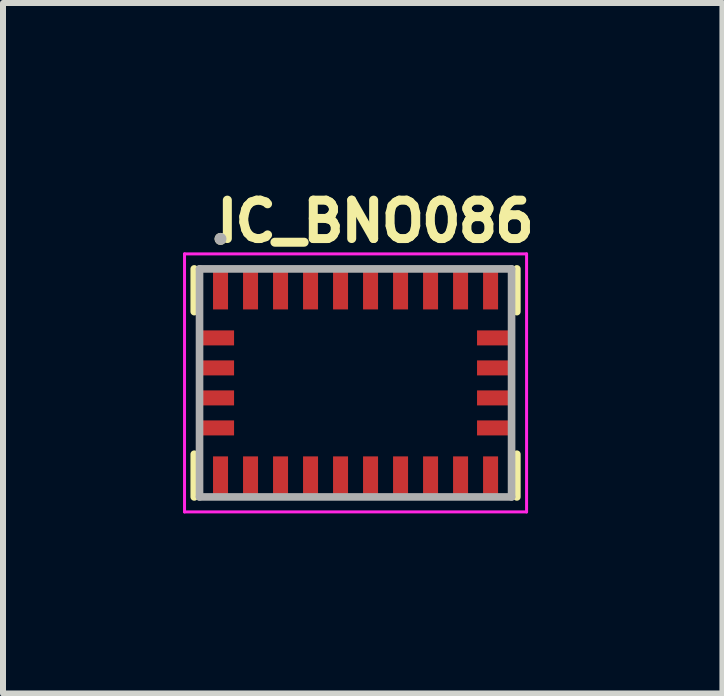
<source format=kicad_pcb>
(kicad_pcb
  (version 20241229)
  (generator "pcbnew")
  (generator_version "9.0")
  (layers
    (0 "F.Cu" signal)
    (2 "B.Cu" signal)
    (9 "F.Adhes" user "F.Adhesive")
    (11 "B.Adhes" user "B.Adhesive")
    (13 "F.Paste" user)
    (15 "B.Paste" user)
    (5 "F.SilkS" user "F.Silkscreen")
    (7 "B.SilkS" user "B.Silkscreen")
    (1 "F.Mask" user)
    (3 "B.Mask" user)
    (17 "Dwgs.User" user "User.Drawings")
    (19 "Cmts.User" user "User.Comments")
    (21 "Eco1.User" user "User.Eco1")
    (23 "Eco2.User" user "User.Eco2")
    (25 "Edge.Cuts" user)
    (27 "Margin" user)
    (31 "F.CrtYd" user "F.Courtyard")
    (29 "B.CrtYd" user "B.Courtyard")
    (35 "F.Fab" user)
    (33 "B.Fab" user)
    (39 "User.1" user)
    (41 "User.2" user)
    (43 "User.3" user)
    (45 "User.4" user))
  (footprint "IC_BNO086"
    (layer "F.Cu")
    (at 2.875 3.331)
    (property "Reference" "IC_BNO086" (at 0.332 -2.694 0) (layer "F.SilkS") (effects (font (size 0.64 0.64) (thickness 0.15))))
    (attr smd)
    (fp_line (start -2.688 -1.9) (end -2.688 -1.188) (stroke (width 0.127) (type solid)) (layer "F.SilkS"))
    (fp_line (start -2.688 1.9) (end -2.688 1.188) (stroke (width 0.127) (type solid)) (layer "F.SilkS"))
    (fp_line (start 2.688 -1.9) (end 2.688 -1.188) (stroke (width 0.127) (type solid)) (layer "F.SilkS"))
    (fp_line (start 2.688 1.9) (end 2.688 1.188) (stroke (width 0.127) (type solid)) (layer "F.SilkS"))
    (fp_circle (center -2.25 -2.4) (end -2.2 -2.4) (stroke (width 0.1) (type solid)) (fill no) (layer "F.SilkS"))
    (fp_line (start -2.85 -2.15) (end 2.85 -2.15) (stroke (width 0.05) (type solid)) (layer "F.CrtYd"))
    (fp_line (start -2.85 2.15) (end -2.85 -2.15) (stroke (width 0.05) (type solid)) (layer "F.CrtYd"))
    (fp_line (start 2.85 -2.15) (end 2.85 2.15) (stroke (width 0.05) (type solid)) (layer "F.CrtYd"))
    (fp_line (start 2.85 2.15) (end -2.85 2.15) (stroke (width 0.05) (type solid)) (layer "F.CrtYd"))
    (fp_line (start -2.6 -1.9) (end 2.6 -1.9) (stroke (width 0.127) (type solid)) (layer "F.Fab"))
    (fp_line (start -2.6 1.9) (end -2.6 -1.9) (stroke (width 0.127) (type solid)) (layer "F.Fab"))
    (fp_line (start 2.6 -1.9) (end 2.6 1.9) (stroke (width 0.127) (type solid)) (layer "F.Fab"))
    (fp_line (start 2.6 1.9) (end -2.6 1.9) (stroke (width 0.127) (type solid)) (layer "F.Fab"))
    (fp_circle (center -2.25 -2.4) (end -2.2 -2.4) (stroke (width 0.1) (type solid)) (fill no) (layer "F.Fab"))
    (pad "1" smd rect (at -2.25 -1.562) (size 0.25 0.675) (layers "F.Cu" "F.Mask" "F.Paste"))
    (pad "2" smd rect (at -2.312 -0.75) (size 0.575 0.25) (layers "F.Cu" "F.Mask" "F.Paste"))
    (pad "3" smd rect (at -2.312 -0.25) (size 0.575 0.25) (layers "F.Cu" "F.Mask" "F.Paste"))
    (pad "4" smd rect (at -2.312 0.25) (size 0.575 0.25) (layers "F.Cu" "F.Mask" "F.Paste"))
    (pad "5" smd rect (at -2.312 0.75) (size 0.575 0.25) (layers "F.Cu" "F.Mask" "F.Paste"))
    (pad "6" smd rect (at -2.25 1.562) (size 0.25 0.675) (layers "F.Cu" "F.Mask" "F.Paste"))
    (pad "7" smd rect (at -1.75 1.562) (size 0.25 0.675) (layers "F.Cu" "F.Mask" "F.Paste"))
    (pad "8" smd rect (at -1.25 1.562) (size 0.25 0.675) (layers "F.Cu" "F.Mask" "F.Paste"))
    (pad "9" smd rect (at -0.75 1.562) (size 0.25 0.675) (layers "F.Cu" "F.Mask" "F.Paste"))
    (pad "10" smd rect (at -0.25 1.562) (size 0.25 0.675) (layers "F.Cu" "F.Mask" "F.Paste"))
    (pad "11" smd rect (at 0.25 1.562) (size 0.25 0.675) (layers "F.Cu" "F.Mask" "F.Paste"))
    (pad "12" smd rect (at 0.75 1.562) (size 0.25 0.675) (layers "F.Cu" "F.Mask" "F.Paste"))
    (pad "13" smd rect (at 1.25 1.562) (size 0.25 0.675) (layers "F.Cu" "F.Mask" "F.Paste"))
    (pad "14" smd rect (at 1.75 1.562) (size 0.25 0.675) (layers "F.Cu" "F.Mask" "F.Paste"))
    (pad "15" smd rect (at 2.25 1.562) (size 0.25 0.675) (layers "F.Cu" "F.Mask" "F.Paste"))
    (pad "16" smd rect (at 2.312 0.75) (size 0.575 0.25) (layers "F.Cu" "F.Mask" "F.Paste"))
    (pad "17" smd rect (at 2.312 0.25) (size 0.575 0.25) (layers "F.Cu" "F.Mask" "F.Paste"))
    (pad "18" smd rect (at 2.312 -0.25) (size 0.575 0.25) (layers "F.Cu" "F.Mask" "F.Paste"))
    (pad "19" smd rect (at 2.312 -0.75) (size 0.575 0.25) (layers "F.Cu" "F.Mask" "F.Paste"))
    (pad "20" smd rect (at 2.25 -1.562) (size 0.25 0.675) (layers "F.Cu" "F.Mask" "F.Paste"))
    (pad "21" smd rect (at 1.75 -1.562) (size 0.25 0.675) (layers "F.Cu" "F.Mask" "F.Paste"))
    (pad "22" smd rect (at 1.25 -1.562) (size 0.25 0.675) (layers "F.Cu" "F.Mask" "F.Paste"))
    (pad "23" smd rect (at 0.75 -1.562) (size 0.25 0.675) (layers "F.Cu" "F.Mask" "F.Paste"))
    (pad "24" smd rect (at 0.25 -1.562) (size 0.25 0.675) (layers "F.Cu" "F.Mask" "F.Paste"))
    (pad "25" smd rect (at -0.25 -1.562) (size 0.25 0.675) (layers "F.Cu" "F.Mask" "F.Paste"))
    (pad "26" smd rect (at -0.75 -1.562) (size 0.25 0.675) (layers "F.Cu" "F.Mask" "F.Paste"))
    (pad "27" smd rect (at -1.25 -1.562) (size 0.25 0.675) (layers "F.Cu" "F.Mask" "F.Paste"))
    (pad "28" smd rect (at -1.75 -1.562) (size 0.25 0.675) (layers "F.Cu" "F.Mask" "F.Paste")))
  (gr_rect
    (start -3 -3)
    (end 8.989 8.506)
    (stroke (width 0.1) (type default))
    (fill no)
    (layer "Edge.Cuts")))
</source>
